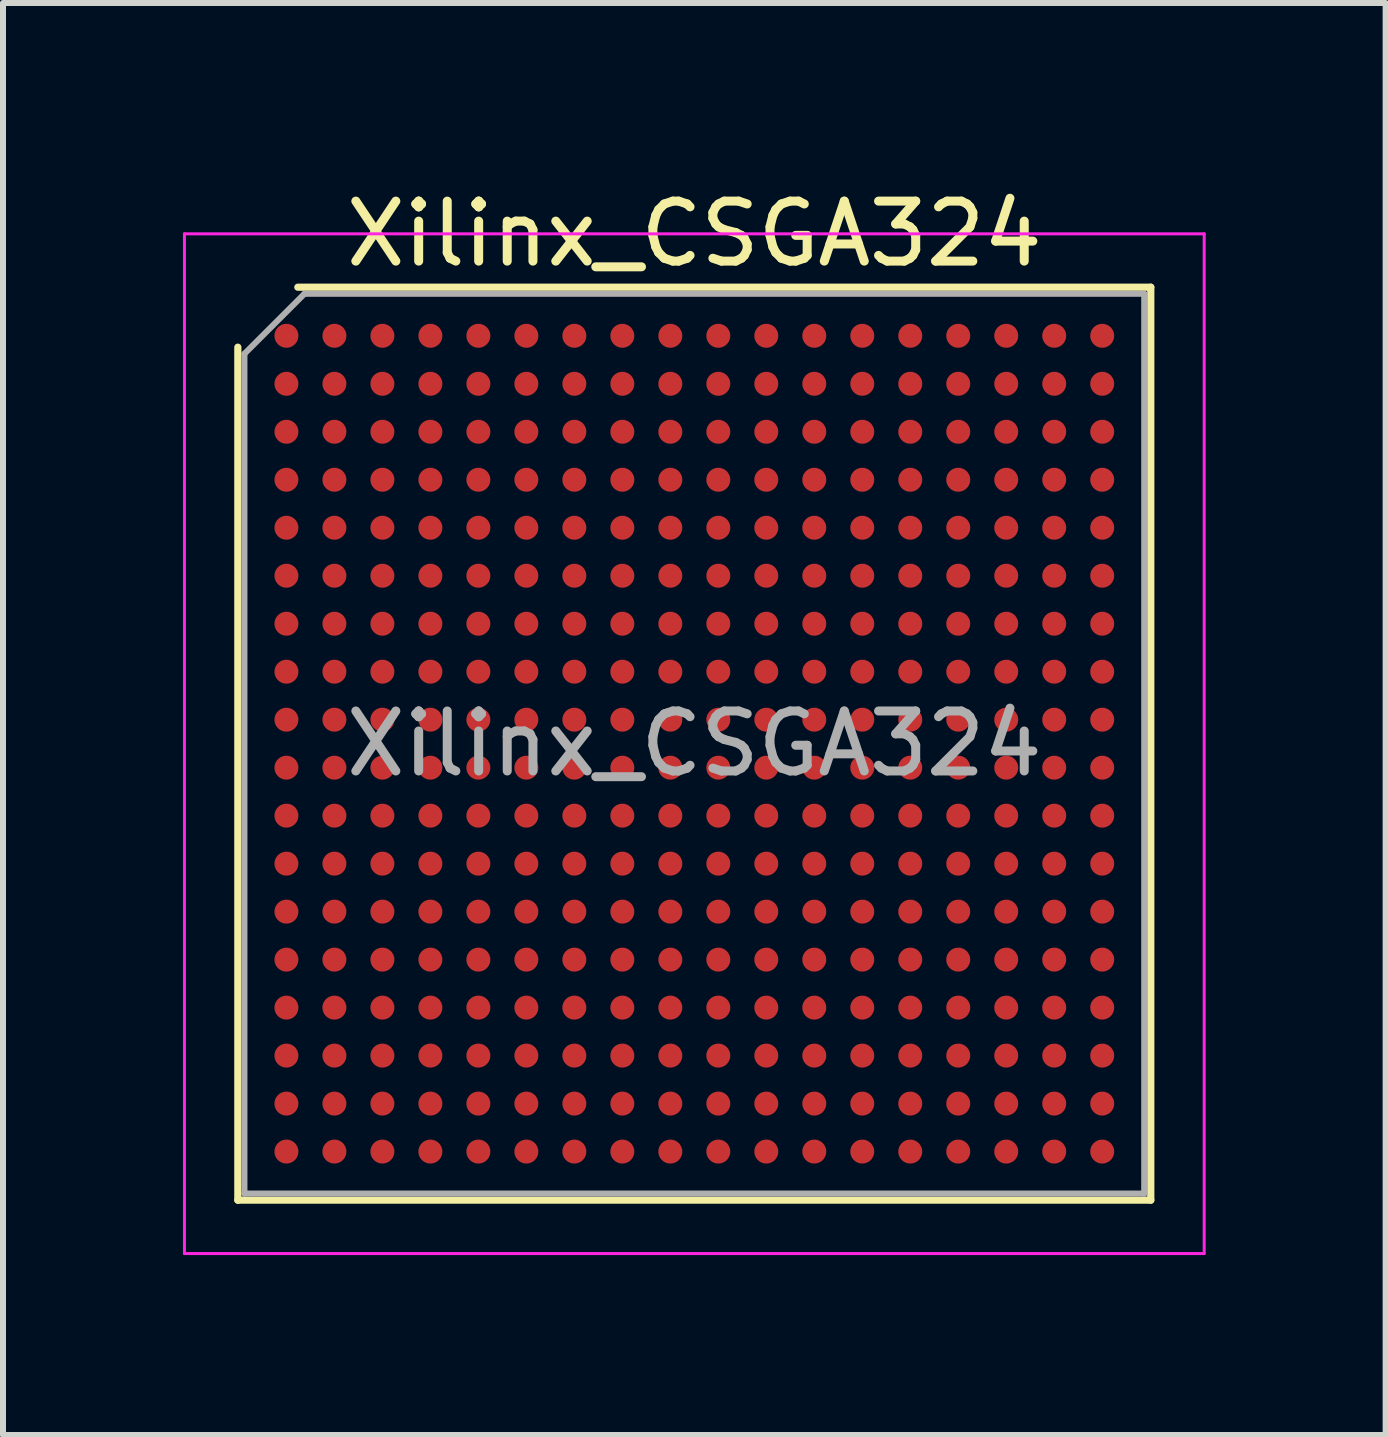
<source format=kicad_pcb>
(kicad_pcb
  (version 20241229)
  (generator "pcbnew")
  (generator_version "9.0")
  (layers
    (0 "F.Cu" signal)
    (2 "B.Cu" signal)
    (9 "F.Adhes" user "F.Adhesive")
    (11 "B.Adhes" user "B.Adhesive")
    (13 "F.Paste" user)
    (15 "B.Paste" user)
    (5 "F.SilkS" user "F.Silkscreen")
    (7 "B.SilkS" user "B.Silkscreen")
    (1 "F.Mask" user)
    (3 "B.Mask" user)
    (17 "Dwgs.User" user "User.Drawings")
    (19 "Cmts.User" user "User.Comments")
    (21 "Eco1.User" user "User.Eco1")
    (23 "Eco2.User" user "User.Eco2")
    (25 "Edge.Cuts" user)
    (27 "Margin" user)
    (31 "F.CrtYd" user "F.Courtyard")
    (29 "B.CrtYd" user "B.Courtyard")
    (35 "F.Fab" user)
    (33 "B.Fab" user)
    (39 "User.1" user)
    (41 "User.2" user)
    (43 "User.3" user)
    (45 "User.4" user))
  (footprint "Xilinx_CSGA324"
    (layer "F.Cu")
    (at 8.525 9.348)
    (property "Reference" "Xilinx_CSGA324" (at 0 -8.5 0) (layer "F.SilkS") (effects (font (size 1 1) (thickness 0.15))))
    (attr smd)
    (fp_line (start -7.61 7.61) (end -7.61 -6.61) (stroke (width 0.12) (type solid)) (layer "F.SilkS"))
    (fp_line (start -6.61 -7.61) (end 7.61 -7.61) (stroke (width 0.12) (type solid)) (layer "F.SilkS"))
    (fp_line (start 7.61 -7.61) (end 7.61 7.61) (stroke (width 0.12) (type solid)) (layer "F.SilkS"))
    (fp_line (start 7.61 7.61) (end -7.61 7.61) (stroke (width 0.12) (type solid)) (layer "F.SilkS"))
    (fp_line (start -8.5 -8.5) (end -8.5 8.5) (stroke (width 0.05) (type solid)) (layer "F.CrtYd"))
    (fp_line (start -8.5 8.5) (end 8.5 8.5) (stroke (width 0.05) (type solid)) (layer "F.CrtYd"))
    (fp_line (start 8.5 -8.5) (end -8.5 -8.5) (stroke (width 0.05) (type solid)) (layer "F.CrtYd"))
    (fp_line (start 8.5 8.5) (end 8.5 -8.5) (stroke (width 0.05) (type solid)) (layer "F.CrtYd"))
    (fp_line (start -7.5 -6.5) (end -6.5 -7.5) (stroke (width 0.1) (type solid)) (layer "F.Fab"))
    (fp_line (start -7.5 7.5) (end -7.5 -6.5) (stroke (width 0.1) (type solid)) (layer "F.Fab"))
    (fp_line (start -6.5 -7.5) (end 7.5 -7.5) (stroke (width 0.1) (type solid)) (layer "F.Fab"))
    (fp_line (start 7.5 -7.5) (end 7.5 7.5) (stroke (width 0.1) (type solid)) (layer "F.Fab"))
    (fp_line (start 7.5 7.5) (end -7.5 7.5) (stroke (width 0.1) (type solid)) (layer "F.Fab"))
    (fp_text user "${REFERENCE}" (at 0 0 0) (layer "F.Fab") (effects (font (size 1 1) (thickness 0.15))))
    (pad "A1" smd circle (at -6.8 -6.8) (size 0.4 0.4) (layers "F.Cu" "F.Mask" "F.Paste"))
    (pad "A2" smd circle (at -6 -6.8) (size 0.4 0.4) (layers "F.Cu" "F.Mask" "F.Paste"))
    (pad "A3" smd circle (at -5.2 -6.8) (size 0.4 0.4) (layers "F.Cu" "F.Mask" "F.Paste"))
    (pad "A4" smd circle (at -4.4 -6.8) (size 0.4 0.4) (layers "F.Cu" "F.Mask" "F.Paste"))
    (pad "A5" smd circle (at -3.6 -6.8) (size 0.4 0.4) (layers "F.Cu" "F.Mask" "F.Paste"))
    (pad "A6" smd circle (at -2.8 -6.8) (size 0.4 0.4) (layers "F.Cu" "F.Mask" "F.Paste"))
    (pad "A7" smd circle (at -2 -6.8) (size 0.4 0.4) (layers "F.Cu" "F.Mask" "F.Paste"))
    (pad "A8" smd circle (at -1.2 -6.8) (size 0.4 0.4) (layers "F.Cu" "F.Mask" "F.Paste"))
    (pad "A9" smd circle (at -0.4 -6.8) (size 0.4 0.4) (layers "F.Cu" "F.Mask" "F.Paste"))
    (pad "A10" smd circle (at 0.4 -6.8) (size 0.4 0.4) (layers "F.Cu" "F.Mask" "F.Paste"))
    (pad "A11" smd circle (at 1.2 -6.8) (size 0.4 0.4) (layers "F.Cu" "F.Mask" "F.Paste"))
    (pad "A12" smd circle (at 2 -6.8) (size 0.4 0.4) (layers "F.Cu" "F.Mask" "F.Paste"))
    (pad "A13" smd circle (at 2.8 -6.8) (size 0.4 0.4) (layers "F.Cu" "F.Mask" "F.Paste"))
    (pad "A14" smd circle (at 3.6 -6.8) (size 0.4 0.4) (layers "F.Cu" "F.Mask" "F.Paste"))
    (pad "A15" smd circle (at 4.4 -6.8) (size 0.4 0.4) (layers "F.Cu" "F.Mask" "F.Paste"))
    (pad "A16" smd circle (at 5.2 -6.8) (size 0.4 0.4) (layers "F.Cu" "F.Mask" "F.Paste"))
    (pad "A17" smd circle (at 6 -6.8) (size 0.4 0.4) (layers "F.Cu" "F.Mask" "F.Paste"))
    (pad "A18" smd circle (at 6.8 -6.8) (size 0.4 0.4) (layers "F.Cu" "F.Mask" "F.Paste"))
    (pad "B1" smd circle (at -6.8 -6) (size 0.4 0.4) (layers "F.Cu" "F.Mask" "F.Paste"))
    (pad "B2" smd circle (at -6 -6) (size 0.4 0.4) (layers "F.Cu" "F.Mask" "F.Paste"))
    (pad "B3" smd circle (at -5.2 -6) (size 0.4 0.4) (layers "F.Cu" "F.Mask" "F.Paste"))
    (pad "B4" smd circle (at -4.4 -6) (size 0.4 0.4) (layers "F.Cu" "F.Mask" "F.Paste"))
    (pad "B5" smd circle (at -3.6 -6) (size 0.4 0.4) (layers "F.Cu" "F.Mask" "F.Paste"))
    (pad "B6" smd circle (at -2.8 -6) (size 0.4 0.4) (layers "F.Cu" "F.Mask" "F.Paste"))
    (pad "B7" smd circle (at -2 -6) (size 0.4 0.4) (layers "F.Cu" "F.Mask" "F.Paste"))
    (pad "B8" smd circle (at -1.2 -6) (size 0.4 0.4) (layers "F.Cu" "F.Mask" "F.Paste"))
    (pad "B9" smd circle (at -0.4 -6) (size 0.4 0.4) (layers "F.Cu" "F.Mask" "F.Paste"))
    (pad "B10" smd circle (at 0.4 -6) (size 0.4 0.4) (layers "F.Cu" "F.Mask" "F.Paste"))
    (pad "B11" smd circle (at 1.2 -6) (size 0.4 0.4) (layers "F.Cu" "F.Mask" "F.Paste"))
    (pad "B12" smd circle (at 2 -6) (size 0.4 0.4) (layers "F.Cu" "F.Mask" "F.Paste"))
    (pad "B13" smd circle (at 2.8 -6) (size 0.4 0.4) (layers "F.Cu" "F.Mask" "F.Paste"))
    (pad "B14" smd circle (at 3.6 -6) (size 0.4 0.4) (layers "F.Cu" "F.Mask" "F.Paste"))
    (pad "B15" smd circle (at 4.4 -6) (size 0.4 0.4) (layers "F.Cu" "F.Mask" "F.Paste"))
    (pad "B16" smd circle (at 5.2 -6) (size 0.4 0.4) (layers "F.Cu" "F.Mask" "F.Paste"))
    (pad "B17" smd circle (at 6 -6) (size 0.4 0.4) (layers "F.Cu" "F.Mask" "F.Paste"))
    (pad "B18" smd circle (at 6.8 -6) (size 0.4 0.4) (layers "F.Cu" "F.Mask" "F.Paste"))
    (pad "C1" smd circle (at -6.8 -5.2) (size 0.4 0.4) (layers "F.Cu" "F.Mask" "F.Paste"))
    (pad "C2" smd circle (at -6 -5.2) (size 0.4 0.4) (layers "F.Cu" "F.Mask" "F.Paste"))
    (pad "C3" smd circle (at -5.2 -5.2) (size 0.4 0.4) (layers "F.Cu" "F.Mask" "F.Paste"))
    (pad "C4" smd circle (at -4.4 -5.2) (size 0.4 0.4) (layers "F.Cu" "F.Mask" "F.Paste"))
    (pad "C5" smd circle (at -3.6 -5.2) (size 0.4 0.4) (layers "F.Cu" "F.Mask" "F.Paste"))
    (pad "C6" smd circle (at -2.8 -5.2) (size 0.4 0.4) (layers "F.Cu" "F.Mask" "F.Paste"))
    (pad "C7" smd circle (at -2 -5.2) (size 0.4 0.4) (layers "F.Cu" "F.Mask" "F.Paste"))
    (pad "C8" smd circle (at -1.2 -5.2) (size 0.4 0.4) (layers "F.Cu" "F.Mask" "F.Paste"))
    (pad "C9" smd circle (at -0.4 -5.2) (size 0.4 0.4) (layers "F.Cu" "F.Mask" "F.Paste"))
    (pad "C10" smd circle (at 0.4 -5.2) (size 0.4 0.4) (layers "F.Cu" "F.Mask" "F.Paste"))
    (pad "C11" smd circle (at 1.2 -5.2) (size 0.4 0.4) (layers "F.Cu" "F.Mask" "F.Paste"))
    (pad "C12" smd circle (at 2 -5.2) (size 0.4 0.4) (layers "F.Cu" "F.Mask" "F.Paste"))
    (pad "C13" smd circle (at 2.8 -5.2) (size 0.4 0.4) (layers "F.Cu" "F.Mask" "F.Paste"))
    (pad "C14" smd circle (at 3.6 -5.2) (size 0.4 0.4) (layers "F.Cu" "F.Mask" "F.Paste"))
    (pad "C15" smd circle (at 4.4 -5.2) (size 0.4 0.4) (layers "F.Cu" "F.Mask" "F.Paste"))
    (pad "C16" smd circle (at 5.2 -5.2) (size 0.4 0.4) (layers "F.Cu" "F.Mask" "F.Paste"))
    (pad "C17" smd circle (at 6 -5.2) (size 0.4 0.4) (layers "F.Cu" "F.Mask" "F.Paste"))
    (pad "C18" smd circle (at 6.8 -5.2) (size 0.4 0.4) (layers "F.Cu" "F.Mask" "F.Paste"))
    (pad "D1" smd circle (at -6.8 -4.4) (size 0.4 0.4) (layers "F.Cu" "F.Mask" "F.Paste"))
    (pad "D2" smd circle (at -6 -4.4) (size 0.4 0.4) (layers "F.Cu" "F.Mask" "F.Paste"))
    (pad "D3" smd circle (at -5.2 -4.4) (size 0.4 0.4) (layers "F.Cu" "F.Mask" "F.Paste"))
    (pad "D4" smd circle (at -4.4 -4.4) (size 0.4 0.4) (layers "F.Cu" "F.Mask" "F.Paste"))
    (pad "D5" smd circle (at -3.6 -4.4) (size 0.4 0.4) (layers "F.Cu" "F.Mask" "F.Paste"))
    (pad "D6" smd circle (at -2.8 -4.4) (size 0.4 0.4) (layers "F.Cu" "F.Mask" "F.Paste"))
    (pad "D7" smd circle (at -2 -4.4) (size 0.4 0.4) (layers "F.Cu" "F.Mask" "F.Paste"))
    (pad "D8" smd circle (at -1.2 -4.4) (size 0.4 0.4) (layers "F.Cu" "F.Mask" "F.Paste"))
    (pad "D9" smd circle (at -0.4 -4.4) (size 0.4 0.4) (layers "F.Cu" "F.Mask" "F.Paste"))
    (pad "D10" smd circle (at 0.4 -4.4) (size 0.4 0.4) (layers "F.Cu" "F.Mask" "F.Paste"))
    (pad "D11" smd circle (at 1.2 -4.4) (size 0.4 0.4) (layers "F.Cu" "F.Mask" "F.Paste"))
    (pad "D12" smd circle (at 2 -4.4) (size 0.4 0.4) (layers "F.Cu" "F.Mask" "F.Paste"))
    (pad "D13" smd circle (at 2.8 -4.4) (size 0.4 0.4) (layers "F.Cu" "F.Mask" "F.Paste"))
    (pad "D14" smd circle (at 3.6 -4.4) (size 0.4 0.4) (layers "F.Cu" "F.Mask" "F.Paste"))
    (pad "D15" smd circle (at 4.4 -4.4) (size 0.4 0.4) (layers "F.Cu" "F.Mask" "F.Paste"))
    (pad "D16" smd circle (at 5.2 -4.4) (size 0.4 0.4) (layers "F.Cu" "F.Mask" "F.Paste"))
    (pad "D17" smd circle (at 6 -4.4) (size 0.4 0.4) (layers "F.Cu" "F.Mask" "F.Paste"))
    (pad "D18" smd circle (at 6.8 -4.4) (size 0.4 0.4) (layers "F.Cu" "F.Mask" "F.Paste"))
    (pad "E1" smd circle (at -6.8 -3.6) (size 0.4 0.4) (layers "F.Cu" "F.Mask" "F.Paste"))
    (pad "E2" smd circle (at -6 -3.6) (size 0.4 0.4) (layers "F.Cu" "F.Mask" "F.Paste"))
    (pad "E3" smd circle (at -5.2 -3.6) (size 0.4 0.4) (layers "F.Cu" "F.Mask" "F.Paste"))
    (pad "E4" smd circle (at -4.4 -3.6) (size 0.4 0.4) (layers "F.Cu" "F.Mask" "F.Paste"))
    (pad "E5" smd circle (at -3.6 -3.6) (size 0.4 0.4) (layers "F.Cu" "F.Mask" "F.Paste"))
    (pad "E6" smd circle (at -2.8 -3.6) (size 0.4 0.4) (layers "F.Cu" "F.Mask" "F.Paste"))
    (pad "E7" smd circle (at -2 -3.6) (size 0.4 0.4) (layers "F.Cu" "F.Mask" "F.Paste"))
    (pad "E8" smd circle (at -1.2 -3.6) (size 0.4 0.4) (layers "F.Cu" "F.Mask" "F.Paste"))
    (pad "E9" smd circle (at -0.4 -3.6) (size 0.4 0.4) (layers "F.Cu" "F.Mask" "F.Paste"))
    (pad "E10" smd circle (at 0.4 -3.6) (size 0.4 0.4) (layers "F.Cu" "F.Mask" "F.Paste"))
    (pad "E11" smd circle (at 1.2 -3.6) (size 0.4 0.4) (layers "F.Cu" "F.Mask" "F.Paste"))
    (pad "E12" smd circle (at 2 -3.6) (size 0.4 0.4) (layers "F.Cu" "F.Mask" "F.Paste"))
    (pad "E13" smd circle (at 2.8 -3.6) (size 0.4 0.4) (layers "F.Cu" "F.Mask" "F.Paste"))
    (pad "E14" smd circle (at 3.6 -3.6) (size 0.4 0.4) (layers "F.Cu" "F.Mask" "F.Paste"))
    (pad "E15" smd circle (at 4.4 -3.6) (size 0.4 0.4) (layers "F.Cu" "F.Mask" "F.Paste"))
    (pad "E16" smd circle (at 5.2 -3.6) (size 0.4 0.4) (layers "F.Cu" "F.Mask" "F.Paste"))
    (pad "E17" smd circle (at 6 -3.6) (size 0.4 0.4) (layers "F.Cu" "F.Mask" "F.Paste"))
    (pad "E18" smd circle (at 6.8 -3.6) (size 0.4 0.4) (layers "F.Cu" "F.Mask" "F.Paste"))
    (pad "F1" smd circle (at -6.8 -2.8) (size 0.4 0.4) (layers "F.Cu" "F.Mask" "F.Paste"))
    (pad "F2" smd circle (at -6 -2.8) (size 0.4 0.4) (layers "F.Cu" "F.Mask" "F.Paste"))
    (pad "F3" smd circle (at -5.2 -2.8) (size 0.4 0.4) (layers "F.Cu" "F.Mask" "F.Paste"))
    (pad "F4" smd circle (at -4.4 -2.8) (size 0.4 0.4) (layers "F.Cu" "F.Mask" "F.Paste"))
    (pad "F5" smd circle (at -3.6 -2.8) (size 0.4 0.4) (layers "F.Cu" "F.Mask" "F.Paste"))
    (pad "F6" smd circle (at -2.8 -2.8) (size 0.4 0.4) (layers "F.Cu" "F.Mask" "F.Paste"))
    (pad "F7" smd circle (at -2 -2.8) (size 0.4 0.4) (layers "F.Cu" "F.Mask" "F.Paste"))
    (pad "F8" smd circle (at -1.2 -2.8) (size 0.4 0.4) (layers "F.Cu" "F.Mask" "F.Paste"))
    (pad "F9" smd circle (at -0.4 -2.8) (size 0.4 0.4) (layers "F.Cu" "F.Mask" "F.Paste"))
    (pad "F10" smd circle (at 0.4 -2.8) (size 0.4 0.4) (layers "F.Cu" "F.Mask" "F.Paste"))
    (pad "F11" smd circle (at 1.2 -2.8) (size 0.4 0.4) (layers "F.Cu" "F.Mask" "F.Paste"))
    (pad "F12" smd circle (at 2 -2.8) (size 0.4 0.4) (layers "F.Cu" "F.Mask" "F.Paste"))
    (pad "F13" smd circle (at 2.8 -2.8) (size 0.4 0.4) (layers "F.Cu" "F.Mask" "F.Paste"))
    (pad "F14" smd circle (at 3.6 -2.8) (size 0.4 0.4) (layers "F.Cu" "F.Mask" "F.Paste"))
    (pad "F15" smd circle (at 4.4 -2.8) (size 0.4 0.4) (layers "F.Cu" "F.Mask" "F.Paste"))
    (pad "F16" smd circle (at 5.2 -2.8) (size 0.4 0.4) (layers "F.Cu" "F.Mask" "F.Paste"))
    (pad "F17" smd circle (at 6 -2.8) (size 0.4 0.4) (layers "F.Cu" "F.Mask" "F.Paste"))
    (pad "F18" smd circle (at 6.8 -2.8) (size 0.4 0.4) (layers "F.Cu" "F.Mask" "F.Paste"))
    (pad "G1" smd circle (at -6.8 -2) (size 0.4 0.4) (layers "F.Cu" "F.Mask" "F.Paste"))
    (pad "G2" smd circle (at -6 -2) (size 0.4 0.4) (layers "F.Cu" "F.Mask" "F.Paste"))
    (pad "G3" smd circle (at -5.2 -2) (size 0.4 0.4) (layers "F.Cu" "F.Mask" "F.Paste"))
    (pad "G4" smd circle (at -4.4 -2) (size 0.4 0.4) (layers "F.Cu" "F.Mask" "F.Paste"))
    (pad "G5" smd circle (at -3.6 -2) (size 0.4 0.4) (layers "F.Cu" "F.Mask" "F.Paste"))
    (pad "G6" smd circle (at -2.8 -2) (size 0.4 0.4) (layers "F.Cu" "F.Mask" "F.Paste"))
    (pad "G7" smd circle (at -2 -2) (size 0.4 0.4) (layers "F.Cu" "F.Mask" "F.Paste"))
    (pad "G8" smd circle (at -1.2 -2) (size 0.4 0.4) (layers "F.Cu" "F.Mask" "F.Paste"))
    (pad "G9" smd circle (at -0.4 -2) (size 0.4 0.4) (layers "F.Cu" "F.Mask" "F.Paste"))
    (pad "G10" smd circle (at 0.4 -2) (size 0.4 0.4) (layers "F.Cu" "F.Mask" "F.Paste"))
    (pad "G11" smd circle (at 1.2 -2) (size 0.4 0.4) (layers "F.Cu" "F.Mask" "F.Paste"))
    (pad "G12" smd circle (at 2 -2) (size 0.4 0.4) (layers "F.Cu" "F.Mask" "F.Paste"))
    (pad "G13" smd circle (at 2.8 -2) (size 0.4 0.4) (layers "F.Cu" "F.Mask" "F.Paste"))
    (pad "G14" smd circle (at 3.6 -2) (size 0.4 0.4) (layers "F.Cu" "F.Mask" "F.Paste"))
    (pad "G15" smd circle (at 4.4 -2) (size 0.4 0.4) (layers "F.Cu" "F.Mask" "F.Paste"))
    (pad "G16" smd circle (at 5.2 -2) (size 0.4 0.4) (layers "F.Cu" "F.Mask" "F.Paste"))
    (pad "G17" smd circle (at 6 -2) (size 0.4 0.4) (layers "F.Cu" "F.Mask" "F.Paste"))
    (pad "G18" smd circle (at 6.8 -2) (size 0.4 0.4) (layers "F.Cu" "F.Mask" "F.Paste"))
    (pad "H1" smd circle (at -6.8 -1.2) (size 0.4 0.4) (layers "F.Cu" "F.Mask" "F.Paste"))
    (pad "H2" smd circle (at -6 -1.2) (size 0.4 0.4) (layers "F.Cu" "F.Mask" "F.Paste"))
    (pad "H3" smd circle (at -5.2 -1.2) (size 0.4 0.4) (layers "F.Cu" "F.Mask" "F.Paste"))
    (pad "H4" smd circle (at -4.4 -1.2) (size 0.4 0.4) (layers "F.Cu" "F.Mask" "F.Paste"))
    (pad "H5" smd circle (at -3.6 -1.2) (size 0.4 0.4) (layers "F.Cu" "F.Mask" "F.Paste"))
    (pad "H6" smd circle (at -2.8 -1.2) (size 0.4 0.4) (layers "F.Cu" "F.Mask" "F.Paste"))
    (pad "H7" smd circle (at -2 -1.2) (size 0.4 0.4) (layers "F.Cu" "F.Mask" "F.Paste"))
    (pad "H8" smd circle (at -1.2 -1.2) (size 0.4 0.4) (layers "F.Cu" "F.Mask" "F.Paste"))
    (pad "H9" smd circle (at -0.4 -1.2) (size 0.4 0.4) (layers "F.Cu" "F.Mask" "F.Paste"))
    (pad "H10" smd circle (at 0.4 -1.2) (size 0.4 0.4) (layers "F.Cu" "F.Mask" "F.Paste"))
    (pad "H11" smd circle (at 1.2 -1.2) (size 0.4 0.4) (layers "F.Cu" "F.Mask" "F.Paste"))
    (pad "H12" smd circle (at 2 -1.2) (size 0.4 0.4) (layers "F.Cu" "F.Mask" "F.Paste"))
    (pad "H13" smd circle (at 2.8 -1.2) (size 0.4 0.4) (layers "F.Cu" "F.Mask" "F.Paste"))
    (pad "H14" smd circle (at 3.6 -1.2) (size 0.4 0.4) (layers "F.Cu" "F.Mask" "F.Paste"))
    (pad "H15" smd circle (at 4.4 -1.2) (size 0.4 0.4) (layers "F.Cu" "F.Mask" "F.Paste"))
    (pad "H16" smd circle (at 5.2 -1.2) (size 0.4 0.4) (layers "F.Cu" "F.Mask" "F.Paste"))
    (pad "H17" smd circle (at 6 -1.2) (size 0.4 0.4) (layers "F.Cu" "F.Mask" "F.Paste"))
    (pad "H18" smd circle (at 6.8 -1.2) (size 0.4 0.4) (layers "F.Cu" "F.Mask" "F.Paste"))
    (pad "J1" smd circle (at -6.8 -0.4) (size 0.4 0.4) (layers "F.Cu" "F.Mask" "F.Paste"))
    (pad "J2" smd circle (at -6 -0.4) (size 0.4 0.4) (layers "F.Cu" "F.Mask" "F.Paste"))
    (pad "J3" smd circle (at -5.2 -0.4) (size 0.4 0.4) (layers "F.Cu" "F.Mask" "F.Paste"))
    (pad "J4" smd circle (at -4.4 -0.4) (size 0.4 0.4) (layers "F.Cu" "F.Mask" "F.Paste"))
    (pad "J5" smd circle (at -3.6 -0.4) (size 0.4 0.4) (layers "F.Cu" "F.Mask" "F.Paste"))
    (pad "J6" smd circle (at -2.8 -0.4) (size 0.4 0.4) (layers "F.Cu" "F.Mask" "F.Paste"))
    (pad "J7" smd circle (at -2 -0.4) (size 0.4 0.4) (layers "F.Cu" "F.Mask" "F.Paste"))
    (pad "J8" smd circle (at -1.2 -0.4) (size 0.4 0.4) (layers "F.Cu" "F.Mask" "F.Paste"))
    (pad "J9" smd circle (at -0.4 -0.4) (size 0.4 0.4) (layers "F.Cu" "F.Mask" "F.Paste"))
    (pad "J10" smd circle (at 0.4 -0.4) (size 0.4 0.4) (layers "F.Cu" "F.Mask" "F.Paste"))
    (pad "J11" smd circle (at 1.2 -0.4) (size 0.4 0.4) (layers "F.Cu" "F.Mask" "F.Paste"))
    (pad "J12" smd circle (at 2 -0.4) (size 0.4 0.4) (layers "F.Cu" "F.Mask" "F.Paste"))
    (pad "J13" smd circle (at 2.8 -0.4) (size 0.4 0.4) (layers "F.Cu" "F.Mask" "F.Paste"))
    (pad "J14" smd circle (at 3.6 -0.4) (size 0.4 0.4) (layers "F.Cu" "F.Mask" "F.Paste"))
    (pad "J15" smd circle (at 4.4 -0.4) (size 0.4 0.4) (layers "F.Cu" "F.Mask" "F.Paste"))
    (pad "J16" smd circle (at 5.2 -0.4) (size 0.4 0.4) (layers "F.Cu" "F.Mask" "F.Paste"))
    (pad "J17" smd circle (at 6 -0.4) (size 0.4 0.4) (layers "F.Cu" "F.Mask" "F.Paste"))
    (pad "J18" smd circle (at 6.8 -0.4) (size 0.4 0.4) (layers "F.Cu" "F.Mask" "F.Paste"))
    (pad "K1" smd circle (at -6.8 0.4) (size 0.4 0.4) (layers "F.Cu" "F.Mask" "F.Paste"))
    (pad "K2" smd circle (at -6 0.4) (size 0.4 0.4) (layers "F.Cu" "F.Mask" "F.Paste"))
    (pad "K3" smd circle (at -5.2 0.4) (size 0.4 0.4) (layers "F.Cu" "F.Mask" "F.Paste"))
    (pad "K4" smd circle (at -4.4 0.4) (size 0.4 0.4) (layers "F.Cu" "F.Mask" "F.Paste"))
    (pad "K5" smd circle (at -3.6 0.4) (size 0.4 0.4) (layers "F.Cu" "F.Mask" "F.Paste"))
    (pad "K6" smd circle (at -2.8 0.4) (size 0.4 0.4) (layers "F.Cu" "F.Mask" "F.Paste"))
    (pad "K7" smd circle (at -2 0.4) (size 0.4 0.4) (layers "F.Cu" "F.Mask" "F.Paste"))
    (pad "K8" smd circle (at -1.2 0.4) (size 0.4 0.4) (layers "F.Cu" "F.Mask" "F.Paste"))
    (pad "K9" smd circle (at -0.4 0.4) (size 0.4 0.4) (layers "F.Cu" "F.Mask" "F.Paste"))
    (pad "K10" smd circle (at 0.4 0.4) (size 0.4 0.4) (layers "F.Cu" "F.Mask" "F.Paste"))
    (pad "K11" smd circle (at 1.2 0.4) (size 0.4 0.4) (layers "F.Cu" "F.Mask" "F.Paste"))
    (pad "K12" smd circle (at 2 0.4) (size 0.4 0.4) (layers "F.Cu" "F.Mask" "F.Paste"))
    (pad "K13" smd circle (at 2.8 0.4) (size 0.4 0.4) (layers "F.Cu" "F.Mask" "F.Paste"))
    (pad "K14" smd circle (at 3.6 0.4) (size 0.4 0.4) (layers "F.Cu" "F.Mask" "F.Paste"))
    (pad "K15" smd circle (at 4.4 0.4) (size 0.4 0.4) (layers "F.Cu" "F.Mask" "F.Paste"))
    (pad "K16" smd circle (at 5.2 0.4) (size 0.4 0.4) (layers "F.Cu" "F.Mask" "F.Paste"))
    (pad "K17" smd circle (at 6 0.4) (size 0.4 0.4) (layers "F.Cu" "F.Mask" "F.Paste"))
    (pad "K18" smd circle (at 6.8 0.4) (size 0.4 0.4) (layers "F.Cu" "F.Mask" "F.Paste"))
    (pad "L1" smd circle (at -6.8 1.2) (size 0.4 0.4) (layers "F.Cu" "F.Mask" "F.Paste"))
    (pad "L2" smd circle (at -6 1.2) (size 0.4 0.4) (layers "F.Cu" "F.Mask" "F.Paste"))
    (pad "L3" smd circle (at -5.2 1.2) (size 0.4 0.4) (layers "F.Cu" "F.Mask" "F.Paste"))
    (pad "L4" smd circle (at -4.4 1.2) (size 0.4 0.4) (layers "F.Cu" "F.Mask" "F.Paste"))
    (pad "L5" smd circle (at -3.6 1.2) (size 0.4 0.4) (layers "F.Cu" "F.Mask" "F.Paste"))
    (pad "L6" smd circle (at -2.8 1.2) (size 0.4 0.4) (layers "F.Cu" "F.Mask" "F.Paste"))
    (pad "L7" smd circle (at -2 1.2) (size 0.4 0.4) (layers "F.Cu" "F.Mask" "F.Paste"))
    (pad "L8" smd circle (at -1.2 1.2) (size 0.4 0.4) (layers "F.Cu" "F.Mask" "F.Paste"))
    (pad "L9" smd circle (at -0.4 1.2) (size 0.4 0.4) (layers "F.Cu" "F.Mask" "F.Paste"))
    (pad "L10" smd circle (at 0.4 1.2) (size 0.4 0.4) (layers "F.Cu" "F.Mask" "F.Paste"))
    (pad "L11" smd circle (at 1.2 1.2) (size 0.4 0.4) (layers "F.Cu" "F.Mask" "F.Paste"))
    (pad "L12" smd circle (at 2 1.2) (size 0.4 0.4) (layers "F.Cu" "F.Mask" "F.Paste"))
    (pad "L13" smd circle (at 2.8 1.2) (size 0.4 0.4) (layers "F.Cu" "F.Mask" "F.Paste"))
    (pad "L14" smd circle (at 3.6 1.2) (size 0.4 0.4) (layers "F.Cu" "F.Mask" "F.Paste"))
    (pad "L15" smd circle (at 4.4 1.2) (size 0.4 0.4) (layers "F.Cu" "F.Mask" "F.Paste"))
    (pad "L16" smd circle (at 5.2 1.2) (size 0.4 0.4) (layers "F.Cu" "F.Mask" "F.Paste"))
    (pad "L17" smd circle (at 6 1.2) (size 0.4 0.4) (layers "F.Cu" "F.Mask" "F.Paste"))
    (pad "L18" smd circle (at 6.8 1.2) (size 0.4 0.4) (layers "F.Cu" "F.Mask" "F.Paste"))
    (pad "M1" smd circle (at -6.8 2) (size 0.4 0.4) (layers "F.Cu" "F.Mask" "F.Paste"))
    (pad "M2" smd circle (at -6 2) (size 0.4 0.4) (layers "F.Cu" "F.Mask" "F.Paste"))
    (pad "M3" smd circle (at -5.2 2) (size 0.4 0.4) (layers "F.Cu" "F.Mask" "F.Paste"))
    (pad "M4" smd circle (at -4.4 2) (size 0.4 0.4) (layers "F.Cu" "F.Mask" "F.Paste"))
    (pad "M5" smd circle (at -3.6 2) (size 0.4 0.4) (layers "F.Cu" "F.Mask" "F.Paste"))
    (pad "M6" smd circle (at -2.8 2) (size 0.4 0.4) (layers "F.Cu" "F.Mask" "F.Paste"))
    (pad "M7" smd circle (at -2 2) (size 0.4 0.4) (layers "F.Cu" "F.Mask" "F.Paste"))
    (pad "M8" smd circle (at -1.2 2) (size 0.4 0.4) (layers "F.Cu" "F.Mask" "F.Paste"))
    (pad "M9" smd circle (at -0.4 2) (size 0.4 0.4) (layers "F.Cu" "F.Mask" "F.Paste"))
    (pad "M10" smd circle (at 0.4 2) (size 0.4 0.4) (layers "F.Cu" "F.Mask" "F.Paste"))
    (pad "M11" smd circle (at 1.2 2) (size 0.4 0.4) (layers "F.Cu" "F.Mask" "F.Paste"))
    (pad "M12" smd circle (at 2 2) (size 0.4 0.4) (layers "F.Cu" "F.Mask" "F.Paste"))
    (pad "M13" smd circle (at 2.8 2) (size 0.4 0.4) (layers "F.Cu" "F.Mask" "F.Paste"))
    (pad "M14" smd circle (at 3.6 2) (size 0.4 0.4) (layers "F.Cu" "F.Mask" "F.Paste"))
    (pad "M15" smd circle (at 4.4 2) (size 0.4 0.4) (layers "F.Cu" "F.Mask" "F.Paste"))
    (pad "M16" smd circle (at 5.2 2) (size 0.4 0.4) (layers "F.Cu" "F.Mask" "F.Paste"))
    (pad "M17" smd circle (at 6 2) (size 0.4 0.4) (layers "F.Cu" "F.Mask" "F.Paste"))
    (pad "M18" smd circle (at 6.8 2) (size 0.4 0.4) (layers "F.Cu" "F.Mask" "F.Paste"))
    (pad "N1" smd circle (at -6.8 2.8) (size 0.4 0.4) (layers "F.Cu" "F.Mask" "F.Paste"))
    (pad "N2" smd circle (at -6 2.8) (size 0.4 0.4) (layers "F.Cu" "F.Mask" "F.Paste"))
    (pad "N3" smd circle (at -5.2 2.8) (size 0.4 0.4) (layers "F.Cu" "F.Mask" "F.Paste"))
    (pad "N4" smd circle (at -4.4 2.8) (size 0.4 0.4) (layers "F.Cu" "F.Mask" "F.Paste"))
    (pad "N5" smd circle (at -3.6 2.8) (size 0.4 0.4) (layers "F.Cu" "F.Mask" "F.Paste"))
    (pad "N6" smd circle (at -2.8 2.8) (size 0.4 0.4) (layers "F.Cu" "F.Mask" "F.Paste"))
    (pad "N7" smd circle (at -2 2.8) (size 0.4 0.4) (layers "F.Cu" "F.Mask" "F.Paste"))
    (pad "N8" smd circle (at -1.2 2.8) (size 0.4 0.4) (layers "F.Cu" "F.Mask" "F.Paste"))
    (pad "N9" smd circle (at -0.4 2.8) (size 0.4 0.4) (layers "F.Cu" "F.Mask" "F.Paste"))
    (pad "N10" smd circle (at 0.4 2.8) (size 0.4 0.4) (layers "F.Cu" "F.Mask" "F.Paste"))
    (pad "N11" smd circle (at 1.2 2.8) (size 0.4 0.4) (layers "F.Cu" "F.Mask" "F.Paste"))
    (pad "N12" smd circle (at 2 2.8) (size 0.4 0.4) (layers "F.Cu" "F.Mask" "F.Paste"))
    (pad "N13" smd circle (at 2.8 2.8) (size 0.4 0.4) (layers "F.Cu" "F.Mask" "F.Paste"))
    (pad "N14" smd circle (at 3.6 2.8) (size 0.4 0.4) (layers "F.Cu" "F.Mask" "F.Paste"))
    (pad "N15" smd circle (at 4.4 2.8) (size 0.4 0.4) (layers "F.Cu" "F.Mask" "F.Paste"))
    (pad "N16" smd circle (at 5.2 2.8) (size 0.4 0.4) (layers "F.Cu" "F.Mask" "F.Paste"))
    (pad "N17" smd circle (at 6 2.8) (size 0.4 0.4) (layers "F.Cu" "F.Mask" "F.Paste"))
    (pad "N18" smd circle (at 6.8 2.8) (size 0.4 0.4) (layers "F.Cu" "F.Mask" "F.Paste"))
    (pad "P1" smd circle (at -6.8 3.6) (size 0.4 0.4) (layers "F.Cu" "F.Mask" "F.Paste"))
    (pad "P2" smd circle (at -6 3.6) (size 0.4 0.4) (layers "F.Cu" "F.Mask" "F.Paste"))
    (pad "P3" smd circle (at -5.2 3.6) (size 0.4 0.4) (layers "F.Cu" "F.Mask" "F.Paste"))
    (pad "P4" smd circle (at -4.4 3.6) (size 0.4 0.4) (layers "F.Cu" "F.Mask" "F.Paste"))
    (pad "P5" smd circle (at -3.6 3.6) (size 0.4 0.4) (layers "F.Cu" "F.Mask" "F.Paste"))
    (pad "P6" smd circle (at -2.8 3.6) (size 0.4 0.4) (layers "F.Cu" "F.Mask" "F.Paste"))
    (pad "P7" smd circle (at -2 3.6) (size 0.4 0.4) (layers "F.Cu" "F.Mask" "F.Paste"))
    (pad "P8" smd circle (at -1.2 3.6) (size 0.4 0.4) (layers "F.Cu" "F.Mask" "F.Paste"))
    (pad "P9" smd circle (at -0.4 3.6) (size 0.4 0.4) (layers "F.Cu" "F.Mask" "F.Paste"))
    (pad "P10" smd circle (at 0.4 3.6) (size 0.4 0.4) (layers "F.Cu" "F.Mask" "F.Paste"))
    (pad "P11" smd circle (at 1.2 3.6) (size 0.4 0.4) (layers "F.Cu" "F.Mask" "F.Paste"))
    (pad "P12" smd circle (at 2 3.6) (size 0.4 0.4) (layers "F.Cu" "F.Mask" "F.Paste"))
    (pad "P13" smd circle (at 2.8 3.6) (size 0.4 0.4) (layers "F.Cu" "F.Mask" "F.Paste"))
    (pad "P14" smd circle (at 3.6 3.6) (size 0.4 0.4) (layers "F.Cu" "F.Mask" "F.Paste"))
    (pad "P15" smd circle (at 4.4 3.6) (size 0.4 0.4) (layers "F.Cu" "F.Mask" "F.Paste"))
    (pad "P16" smd circle (at 5.2 3.6) (size 0.4 0.4) (layers "F.Cu" "F.Mask" "F.Paste"))
    (pad "P17" smd circle (at 6 3.6) (size 0.4 0.4) (layers "F.Cu" "F.Mask" "F.Paste"))
    (pad "P18" smd circle (at 6.8 3.6) (size 0.4 0.4) (layers "F.Cu" "F.Mask" "F.Paste"))
    (pad "R1" smd circle (at -6.8 4.4) (size 0.4 0.4) (layers "F.Cu" "F.Mask" "F.Paste"))
    (pad "R2" smd circle (at -6 4.4) (size 0.4 0.4) (layers "F.Cu" "F.Mask" "F.Paste"))
    (pad "R3" smd circle (at -5.2 4.4) (size 0.4 0.4) (layers "F.Cu" "F.Mask" "F.Paste"))
    (pad "R4" smd circle (at -4.4 4.4) (size 0.4 0.4) (layers "F.Cu" "F.Mask" "F.Paste"))
    (pad "R5" smd circle (at -3.6 4.4) (size 0.4 0.4) (layers "F.Cu" "F.Mask" "F.Paste"))
    (pad "R6" smd circle (at -2.8 4.4) (size 0.4 0.4) (layers "F.Cu" "F.Mask" "F.Paste"))
    (pad "R7" smd circle (at -2 4.4) (size 0.4 0.4) (layers "F.Cu" "F.Mask" "F.Paste"))
    (pad "R8" smd circle (at -1.2 4.4) (size 0.4 0.4) (layers "F.Cu" "F.Mask" "F.Paste"))
    (pad "R9" smd circle (at -0.4 4.4) (size 0.4 0.4) (layers "F.Cu" "F.Mask" "F.Paste"))
    (pad "R10" smd circle (at 0.4 4.4) (size 0.4 0.4) (layers "F.Cu" "F.Mask" "F.Paste"))
    (pad "R11" smd circle (at 1.2 4.4) (size 0.4 0.4) (layers "F.Cu" "F.Mask" "F.Paste"))
    (pad "R12" smd circle (at 2 4.4) (size 0.4 0.4) (layers "F.Cu" "F.Mask" "F.Paste"))
    (pad "R13" smd circle (at 2.8 4.4) (size 0.4 0.4) (layers "F.Cu" "F.Mask" "F.Paste"))
    (pad "R14" smd circle (at 3.6 4.4) (size 0.4 0.4) (layers "F.Cu" "F.Mask" "F.Paste"))
    (pad "R15" smd circle (at 4.4 4.4) (size 0.4 0.4) (layers "F.Cu" "F.Mask" "F.Paste"))
    (pad "R16" smd circle (at 5.2 4.4) (size 0.4 0.4) (layers "F.Cu" "F.Mask" "F.Paste"))
    (pad "R17" smd circle (at 6 4.4) (size 0.4 0.4) (layers "F.Cu" "F.Mask" "F.Paste"))
    (pad "R18" smd circle (at 6.8 4.4) (size 0.4 0.4) (layers "F.Cu" "F.Mask" "F.Paste"))
    (pad "T1" smd circle (at -6.8 5.2) (size 0.4 0.4) (layers "F.Cu" "F.Mask" "F.Paste"))
    (pad "T2" smd circle (at -6 5.2) (size 0.4 0.4) (layers "F.Cu" "F.Mask" "F.Paste"))
    (pad "T3" smd circle (at -5.2 5.2) (size 0.4 0.4) (layers "F.Cu" "F.Mask" "F.Paste"))
    (pad "T4" smd circle (at -4.4 5.2) (size 0.4 0.4) (layers "F.Cu" "F.Mask" "F.Paste"))
    (pad "T5" smd circle (at -3.6 5.2) (size 0.4 0.4) (layers "F.Cu" "F.Mask" "F.Paste"))
    (pad "T6" smd circle (at -2.8 5.2) (size 0.4 0.4) (layers "F.Cu" "F.Mask" "F.Paste"))
    (pad "T7" smd circle (at -2 5.2) (size 0.4 0.4) (layers "F.Cu" "F.Mask" "F.Paste"))
    (pad "T8" smd circle (at -1.2 5.2) (size 0.4 0.4) (layers "F.Cu" "F.Mask" "F.Paste"))
    (pad "T9" smd circle (at -0.4 5.2) (size 0.4 0.4) (layers "F.Cu" "F.Mask" "F.Paste"))
    (pad "T10" smd circle (at 0.4 5.2) (size 0.4 0.4) (layers "F.Cu" "F.Mask" "F.Paste"))
    (pad "T11" smd circle (at 1.2 5.2) (size 0.4 0.4) (layers "F.Cu" "F.Mask" "F.Paste"))
    (pad "T12" smd circle (at 2 5.2) (size 0.4 0.4) (layers "F.Cu" "F.Mask" "F.Paste"))
    (pad "T13" smd circle (at 2.8 5.2) (size 0.4 0.4) (layers "F.Cu" "F.Mask" "F.Paste"))
    (pad "T14" smd circle (at 3.6 5.2) (size 0.4 0.4) (layers "F.Cu" "F.Mask" "F.Paste"))
    (pad "T15" smd circle (at 4.4 5.2) (size 0.4 0.4) (layers "F.Cu" "F.Mask" "F.Paste"))
    (pad "T16" smd circle (at 5.2 5.2) (size 0.4 0.4) (layers "F.Cu" "F.Mask" "F.Paste"))
    (pad "T17" smd circle (at 6 5.2) (size 0.4 0.4) (layers "F.Cu" "F.Mask" "F.Paste"))
    (pad "T18" smd circle (at 6.8 5.2) (size 0.4 0.4) (layers "F.Cu" "F.Mask" "F.Paste"))
    (pad "U1" smd circle (at -6.8 6) (size 0.4 0.4) (layers "F.Cu" "F.Mask" "F.Paste"))
    (pad "U2" smd circle (at -6 6) (size 0.4 0.4) (layers "F.Cu" "F.Mask" "F.Paste"))
    (pad "U3" smd circle (at -5.2 6) (size 0.4 0.4) (layers "F.Cu" "F.Mask" "F.Paste"))
    (pad "U4" smd circle (at -4.4 6) (size 0.4 0.4) (layers "F.Cu" "F.Mask" "F.Paste"))
    (pad "U5" smd circle (at -3.6 6) (size 0.4 0.4) (layers "F.Cu" "F.Mask" "F.Paste"))
    (pad "U6" smd circle (at -2.8 6) (size 0.4 0.4) (layers "F.Cu" "F.Mask" "F.Paste"))
    (pad "U7" smd circle (at -2 6) (size 0.4 0.4) (layers "F.Cu" "F.Mask" "F.Paste"))
    (pad "U8" smd circle (at -1.2 6) (size 0.4 0.4) (layers "F.Cu" "F.Mask" "F.Paste"))
    (pad "U9" smd circle (at -0.4 6) (size 0.4 0.4) (layers "F.Cu" "F.Mask" "F.Paste"))
    (pad "U10" smd circle (at 0.4 6) (size 0.4 0.4) (layers "F.Cu" "F.Mask" "F.Paste"))
    (pad "U11" smd circle (at 1.2 6) (size 0.4 0.4) (layers "F.Cu" "F.Mask" "F.Paste"))
    (pad "U12" smd circle (at 2 6) (size 0.4 0.4) (layers "F.Cu" "F.Mask" "F.Paste"))
    (pad "U13" smd circle (at 2.8 6) (size 0.4 0.4) (layers "F.Cu" "F.Mask" "F.Paste"))
    (pad "U14" smd circle (at 3.6 6) (size 0.4 0.4) (layers "F.Cu" "F.Mask" "F.Paste"))
    (pad "U15" smd circle (at 4.4 6) (size 0.4 0.4) (layers "F.Cu" "F.Mask" "F.Paste"))
    (pad "U16" smd circle (at 5.2 6) (size 0.4 0.4) (layers "F.Cu" "F.Mask" "F.Paste"))
    (pad "U17" smd circle (at 6 6) (size 0.4 0.4) (layers "F.Cu" "F.Mask" "F.Paste"))
    (pad "U18" smd circle (at 6.8 6) (size 0.4 0.4) (layers "F.Cu" "F.Mask" "F.Paste"))
    (pad "V1" smd circle (at -6.8 6.8) (size 0.4 0.4) (layers "F.Cu" "F.Mask" "F.Paste"))
    (pad "V2" smd circle (at -6 6.8) (size 0.4 0.4) (layers "F.Cu" "F.Mask" "F.Paste"))
    (pad "V3" smd circle (at -5.2 6.8) (size 0.4 0.4) (layers "F.Cu" "F.Mask" "F.Paste"))
    (pad "V4" smd circle (at -4.4 6.8) (size 0.4 0.4) (layers "F.Cu" "F.Mask" "F.Paste"))
    (pad "V5" smd circle (at -3.6 6.8) (size 0.4 0.4) (layers "F.Cu" "F.Mask" "F.Paste"))
    (pad "V6" smd circle (at -2.8 6.8) (size 0.4 0.4) (layers "F.Cu" "F.Mask" "F.Paste"))
    (pad "V7" smd circle (at -2 6.8) (size 0.4 0.4) (layers "F.Cu" "F.Mask" "F.Paste"))
    (pad "V8" smd circle (at -1.2 6.8) (size 0.4 0.4) (layers "F.Cu" "F.Mask" "F.Paste"))
    (pad "V9" smd circle (at -0.4 6.8) (size 0.4 0.4) (layers "F.Cu" "F.Mask" "F.Paste"))
    (pad "V10" smd circle (at 0.4 6.8) (size 0.4 0.4) (layers "F.Cu" "F.Mask" "F.Paste"))
    (pad "V11" smd circle (at 1.2 6.8) (size 0.4 0.4) (layers "F.Cu" "F.Mask" "F.Paste"))
    (pad "V12" smd circle (at 2 6.8) (size 0.4 0.4) (layers "F.Cu" "F.Mask" "F.Paste"))
    (pad "V13" smd circle (at 2.8 6.8) (size 0.4 0.4) (layers "F.Cu" "F.Mask" "F.Paste"))
    (pad "V14" smd circle (at 3.6 6.8) (size 0.4 0.4) (layers "F.Cu" "F.Mask" "F.Paste"))
    (pad "V15" smd circle (at 4.4 6.8) (size 0.4 0.4) (layers "F.Cu" "F.Mask" "F.Paste"))
    (pad "V16" smd circle (at 5.2 6.8) (size 0.4 0.4) (layers "F.Cu" "F.Mask" "F.Paste"))
    (pad "V17" smd circle (at 6 6.8) (size 0.4 0.4) (layers "F.Cu" "F.Mask" "F.Paste"))
    (pad "V18" smd circle (at 6.8 6.8) (size 0.4 0.4) (layers "F.Cu" "F.Mask" "F.Paste")))
  (gr_rect
    (start -3 -3)
    (end 20.05 20.873)
    (stroke (width 0.1) (type default))
    (fill no)
    (layer "Edge.Cuts")))
</source>
